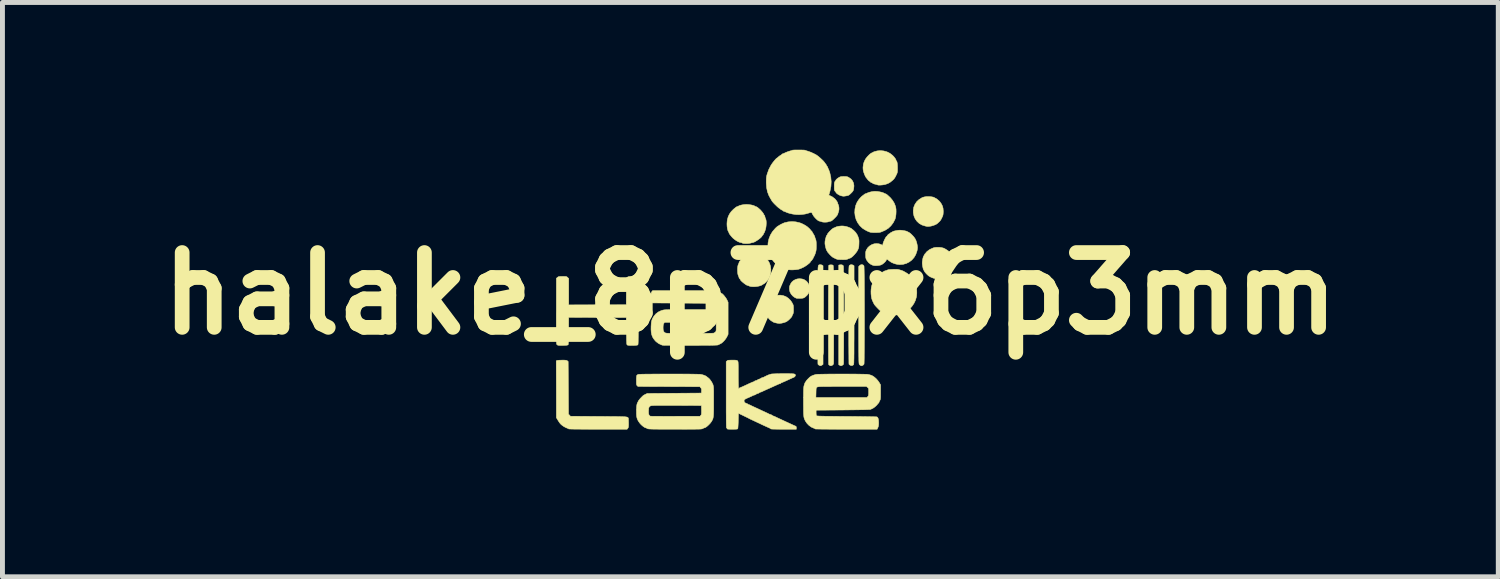
<source format=kicad_pcb>
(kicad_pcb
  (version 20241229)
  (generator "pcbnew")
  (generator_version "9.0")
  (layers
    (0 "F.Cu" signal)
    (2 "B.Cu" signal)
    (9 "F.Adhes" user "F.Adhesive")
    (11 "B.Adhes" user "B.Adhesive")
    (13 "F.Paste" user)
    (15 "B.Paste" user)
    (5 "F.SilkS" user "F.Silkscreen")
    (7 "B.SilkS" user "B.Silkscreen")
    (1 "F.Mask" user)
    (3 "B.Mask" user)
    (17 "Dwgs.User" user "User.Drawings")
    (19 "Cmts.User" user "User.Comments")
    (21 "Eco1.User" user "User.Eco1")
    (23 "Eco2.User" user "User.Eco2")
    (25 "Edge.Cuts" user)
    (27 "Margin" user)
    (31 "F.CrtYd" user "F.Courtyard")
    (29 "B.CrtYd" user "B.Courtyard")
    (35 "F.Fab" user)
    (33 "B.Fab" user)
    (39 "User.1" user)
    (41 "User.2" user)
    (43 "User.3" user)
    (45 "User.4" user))
  (footprint "halake_8p7px6p3mm"
    (layer "F.Cu")
    (at 12.236 2.929)
    (property "Reference" "halake_8p7px6p3mm" (at 0 0 0) (layer "F.SilkS") (effects (font (size 1.524 1.524) (thickness 0.3))))
    (attr through_hole)
    (fp_poly (pts (xy 1.876 -0.58) (xy 1.892 -0.566) (xy 1.895 -0.561) (xy 1.895 -0.552) (xy 1.896 -0.529) (xy 1.897 -0.494) (xy 1.897 -0.448) (xy 1.898 -0.391) (xy 1.899 -0.324) (xy 1.899 -0.25) (xy 1.9 -0.167) (xy 1.9 -0.079) (xy 1.9 0.015) (xy 1.901 0.113) (xy 1.901 0.214) (xy 1.901 0.317) (xy 1.901 0.422) (xy 1.901 0.527) (xy 1.901 0.631) (xy 1.901 0.733) (xy 1.901 0.832) (xy 1.901 0.927) (xy 1.901 1.017) (xy 1.901 1.102) (xy 1.9 1.179) (xy 1.9 1.248) (xy 1.9 1.309) (xy 1.899 1.359) (xy 1.899 1.398) (xy 1.898 1.425) (xy 1.897 1.439) (xy 1.897 1.44) (xy 1.888 1.451) (xy 1.871 1.463) (xy 1.854 1.471) (xy 1.845 1.473) (xy 1.836 1.47) (xy 1.82 1.462) (xy 1.82 1.462) (xy 1.8 1.451) (xy 1.8 -0.579) (xy 1.822 -0.584) (xy 1.851 -0.586) (xy 1.876 -0.58)) (stroke (width 0.01) (type solid)) (fill yes) (layer "F.SilkS"))
    (fp_poly (pts (xy 1.033 -0.299) (xy 1.068 -0.293) (xy 1.096 -0.282) (xy 1.107 -0.275) (xy 1.12 -0.265) (xy 1.127 -0.261) (xy 1.137 -0.256) (xy 1.152 -0.241) (xy 1.168 -0.22) (xy 1.183 -0.197) (xy 1.191 -0.181) (xy 1.198 -0.158) (xy 1.202 -0.126) (xy 1.203 -0.091) (xy 1.202 -0.058) (xy 1.198 -0.039) (xy 1.181 0.001) (xy 1.152 0.039) (xy 1.115 0.072) (xy 1.113 0.073) (xy 1.095 0.085) (xy 1.079 0.092) (xy 1.06 0.096) (xy 1.033 0.098) (xy 1.017 0.099) (xy 0.986 0.099) (xy 0.959 0.098) (xy 0.94 0.096) (xy 0.936 0.096) (xy 0.899 0.078) (xy 0.863 0.05) (xy 0.832 0.015) (xy 0.81 -0.024) (xy 0.805 -0.036) (xy 0.798 -0.069) (xy 0.795 -0.105) (xy 0.797 -0.138) (xy 0.804 -0.163) (xy 0.814 -0.183) (xy 0.82 -0.198) (xy 0.845 -0.234) (xy 0.88 -0.265) (xy 0.923 -0.287) (xy 0.956 -0.297) (xy 0.994 -0.301) (xy 1.033 -0.299)) (stroke (width 0.01) (type solid)) (fill yes) (layer "F.SilkS"))
    (fp_poly (pts (xy 3.683 -1.971) (xy 3.724 -1.964) (xy 3.741 -1.957) (xy 3.799 -1.925) (xy 3.848 -1.883) (xy 3.863 -1.865) (xy 3.893 -1.822) (xy 3.913 -1.78) (xy 3.925 -1.735) (xy 3.929 -1.681) (xy 3.929 -1.661) (xy 3.927 -1.627) (xy 3.924 -1.601) (xy 3.917 -1.578) (xy 3.905 -1.552) (xy 3.89 -1.521) (xy 3.877 -1.498) (xy 3.864 -1.48) (xy 3.847 -1.462) (xy 3.823 -1.44) (xy 3.81 -1.428) (xy 3.789 -1.413) (xy 3.758 -1.398) (xy 3.722 -1.385) (xy 3.687 -1.375) (xy 3.672 -1.372) (xy 3.643 -1.368) (xy 3.623 -1.366) (xy 3.605 -1.366) (xy 3.584 -1.37) (xy 3.56 -1.375) (xy 3.495 -1.396) (xy 3.439 -1.428) (xy 3.393 -1.471) (xy 3.357 -1.521) (xy 3.332 -1.579) (xy 3.319 -1.644) (xy 3.318 -1.694) (xy 3.328 -1.758) (xy 3.352 -1.816) (xy 3.387 -1.869) (xy 3.434 -1.913) (xy 3.491 -1.949) (xy 3.51 -1.958) (xy 3.545 -1.968) (xy 3.589 -1.974) (xy 3.637 -1.975) (xy 3.683 -1.971)) (stroke (width 0.01) (type solid)) (fill yes) (layer "F.SilkS"))
    (fp_poly (pts (xy 1.437 -0.586) (xy 1.459 -0.58) (xy 1.464 -0.577) (xy 1.48 -0.565) (xy 1.48 1.444) (xy 1.457 1.459) (xy 1.44 1.469) (xy 1.43 1.472) (xy 1.418 1.469) (xy 1.404 1.463) (xy 1.387 1.453) (xy 1.377 1.441) (xy 1.376 1.441) (xy 1.376 1.432) (xy 1.375 1.41) (xy 1.375 1.375) (xy 1.374 1.328) (xy 1.374 1.269) (xy 1.373 1.201) (xy 1.373 1.123) (xy 1.373 1.037) (xy 1.372 0.942) (xy 1.372 0.841) (xy 1.372 0.734) (xy 1.372 0.622) (xy 1.372 0.505) (xy 1.372 0.442) (xy 1.372 0.301) (xy 1.372 0.173) (xy 1.372 0.059) (xy 1.372 -0.042) (xy 1.372 -0.133) (xy 1.372 -0.212) (xy 1.373 -0.281) (xy 1.373 -0.341) (xy 1.374 -0.391) (xy 1.375 -0.434) (xy 1.376 -0.47) (xy 1.377 -0.499) (xy 1.378 -0.522) (xy 1.38 -0.54) (xy 1.382 -0.554) (xy 1.384 -0.564) (xy 1.386 -0.571) (xy 1.389 -0.576) (xy 1.392 -0.579) (xy 1.396 -0.582) (xy 1.396 -0.582) (xy 1.414 -0.587) (xy 1.437 -0.586)) (stroke (width 0.01) (type solid)) (fill yes) (layer "F.SilkS"))
    (fp_poly (pts (xy 1.939 -2.383) (xy 1.962 -2.381) (xy 1.981 -2.376) (xy 1.998 -2.368) (xy 2.002 -2.366) (xy 2.049 -2.333) (xy 2.082 -2.293) (xy 2.102 -2.247) (xy 2.11 -2.194) (xy 2.105 -2.14) (xy 2.1 -2.114) (xy 2.094 -2.096) (xy 2.084 -2.08) (xy 2.069 -2.062) (xy 2.05 -2.043) (xy 2.027 -2.021) (xy 2.009 -2.007) (xy 1.993 -1.998) (xy 1.973 -1.993) (xy 1.958 -1.99) (xy 1.927 -1.985) (xy 1.904 -1.982) (xy 1.885 -1.983) (xy 1.861 -1.988) (xy 1.845 -1.992) (xy 1.823 -2) (xy 1.799 -2.012) (xy 1.775 -2.027) (xy 1.755 -2.043) (xy 1.744 -2.056) (xy 1.742 -2.061) (xy 1.737 -2.07) (xy 1.725 -2.083) (xy 1.718 -2.091) (xy 1.714 -2.1) (xy 1.711 -2.114) (xy 1.709 -2.135) (xy 1.709 -2.167) (xy 1.709 -2.181) (xy 1.709 -2.217) (xy 1.71 -2.243) (xy 1.713 -2.26) (xy 1.717 -2.273) (xy 1.724 -2.284) (xy 1.725 -2.285) (xy 1.736 -2.3) (xy 1.741 -2.31) (xy 1.742 -2.311) (xy 1.747 -2.32) (xy 1.762 -2.334) (xy 1.782 -2.349) (xy 1.804 -2.364) (xy 1.808 -2.366) (xy 1.826 -2.375) (xy 1.844 -2.38) (xy 1.866 -2.383) (xy 1.897 -2.384) (xy 1.905 -2.384) (xy 1.939 -2.383)) (stroke (width 0.01) (type solid)) (fill yes) (layer "F.SilkS"))
    (fp_poly (pts (xy 2.289 -0.585) (xy 2.304 -0.576) (xy 2.314 -0.561) (xy 2.315 -0.552) (xy 2.316 -0.529) (xy 2.317 -0.493) (xy 2.318 -0.446) (xy 2.319 -0.389) (xy 2.32 -0.322) (xy 2.321 -0.247) (xy 2.321 -0.165) (xy 2.322 -0.076) (xy 2.322 0.017) (xy 2.322 0.116) (xy 2.323 0.217) (xy 2.323 0.321) (xy 2.323 0.425) (xy 2.323 0.53) (xy 2.323 0.634) (xy 2.323 0.736) (xy 2.322 0.835) (xy 2.322 0.93) (xy 2.321 1.021) (xy 2.321 1.105) (xy 2.32 1.182) (xy 2.319 1.251) (xy 2.319 1.311) (xy 2.318 1.36) (xy 2.317 1.399) (xy 2.316 1.426) (xy 2.314 1.439) (xy 2.314 1.44) (xy 2.301 1.455) (xy 2.284 1.466) (xy 2.269 1.471) (xy 2.261 1.473) (xy 2.261 1.473) (xy 2.255 1.47) (xy 2.245 1.466) (xy 2.229 1.455) (xy 2.218 1.443) (xy 2.216 1.44) (xy 2.215 1.434) (xy 2.213 1.426) (xy 2.212 1.414) (xy 2.211 1.398) (xy 2.21 1.377) (xy 2.209 1.35) (xy 2.209 1.316) (xy 2.208 1.276) (xy 2.208 1.227) (xy 2.207 1.17) (xy 2.207 1.104) (xy 2.207 1.027) (xy 2.206 0.94) (xy 2.206 0.841) (xy 2.206 0.73) (xy 2.206 0.606) (xy 2.206 0.469) (xy 2.206 -0.549) (xy 2.224 -0.569) (xy 2.246 -0.584) (xy 2.266 -0.588) (xy 2.289 -0.585)) (stroke (width 0.01) (type solid)) (fill yes) (layer "F.SilkS"))
    (fp_poly (pts (xy 2.593 -2.078) (xy 2.634 -2.071) (xy 2.673 -2.063) (xy 2.704 -2.053) (xy 2.719 -2.046) (xy 2.736 -2.037) (xy 2.749 -2.032) (xy 2.75 -2.032) (xy 2.765 -2.026) (xy 2.789 -2.009) (xy 2.821 -1.98) (xy 2.851 -1.952) (xy 2.895 -1.899) (xy 2.931 -1.84) (xy 2.955 -1.778) (xy 2.961 -1.756) (xy 2.967 -1.715) (xy 2.968 -1.667) (xy 2.966 -1.617) (xy 2.96 -1.569) (xy 2.951 -1.529) (xy 2.946 -1.513) (xy 2.909 -1.441) (xy 2.863 -1.38) (xy 2.808 -1.328) (xy 2.742 -1.287) (xy 2.664 -1.254) (xy 2.645 -1.248) (xy 2.63 -1.245) (xy 2.603 -1.243) (xy 2.57 -1.242) (xy 2.535 -1.242) (xy 2.501 -1.242) (xy 2.472 -1.244) (xy 2.452 -1.246) (xy 2.449 -1.246) (xy 2.413 -1.258) (xy 2.371 -1.277) (xy 2.328 -1.301) (xy 2.289 -1.326) (xy 2.28 -1.333) (xy 2.228 -1.383) (xy 2.186 -1.441) (xy 2.154 -1.506) (xy 2.134 -1.576) (xy 2.126 -1.648) (xy 2.13 -1.721) (xy 2.146 -1.794) (xy 2.165 -1.842) (xy 2.186 -1.88) (xy 2.214 -1.92) (xy 2.244 -1.955) (xy 2.273 -1.983) (xy 2.28 -1.988) (xy 2.301 -2.003) (xy 2.317 -2.016) (xy 2.323 -2.021) (xy 2.336 -2.03) (xy 2.343 -2.032) (xy 2.355 -2.035) (xy 2.373 -2.043) (xy 2.379 -2.046) (xy 2.42 -2.062) (xy 2.471 -2.074) (xy 2.522 -2.081) (xy 2.554 -2.081) (xy 2.593 -2.078)) (stroke (width 0.01) (type solid)) (fill yes) (layer "F.SilkS"))
    (fp_poly (pts (xy 2.09 -0.58) (xy 2.096 -0.577) (xy 2.112 -0.565) (xy 2.112 0.438) (xy 2.112 0.579) (xy 2.112 0.707) (xy 2.112 0.821) (xy 2.112 0.922) (xy 2.111 1.013) (xy 2.111 1.092) (xy 2.111 1.161) (xy 2.111 1.22) (xy 2.11 1.271) (xy 2.11 1.313) (xy 2.109 1.349) (xy 2.108 1.377) (xy 2.108 1.4) (xy 2.107 1.418) (xy 2.105 1.431) (xy 2.104 1.44) (xy 2.103 1.446) (xy 2.101 1.45) (xy 2.099 1.453) (xy 2.099 1.453) (xy 2.075 1.467) (xy 2.05 1.467) (xy 2.036 1.462) (xy 2.019 1.452) (xy 2.009 1.442) (xy 2.009 1.442) (xy 2.008 1.434) (xy 2.007 1.412) (xy 2.007 1.377) (xy 2.006 1.331) (xy 2.006 1.273) (xy 2.005 1.205) (xy 2.005 1.127) (xy 2.004 1.041) (xy 2.004 0.947) (xy 2.004 0.846) (xy 2.003 0.738) (xy 2.003 0.626) (xy 2.003 0.509) (xy 2.003 0.437) (xy 2.003 0.297) (xy 2.003 0.171) (xy 2.003 0.057) (xy 2.003 -0.043) (xy 2.003 -0.133) (xy 2.003 -0.211) (xy 2.004 -0.28) (xy 2.004 -0.338) (xy 2.004 -0.389) (xy 2.005 -0.431) (xy 2.005 -0.466) (xy 2.006 -0.494) (xy 2.007 -0.517) (xy 2.008 -0.534) (xy 2.009 -0.547) (xy 2.01 -0.557) (xy 2.012 -0.563) (xy 2.013 -0.568) (xy 2.015 -0.571) (xy 2.017 -0.573) (xy 2.017 -0.573) (xy 2.038 -0.585) (xy 2.064 -0.587) (xy 2.09 -0.58)) (stroke (width 0.01) (type solid)) (fill yes) (layer "F.SilkS"))
    (fp_poly (pts (xy -3.794 1.357) (xy -3.768 1.359) (xy -3.75 1.361) (xy -3.738 1.365) (xy -3.729 1.371) (xy -3.712 1.385) (xy -3.708 1.921) (xy -3.705 2.457) (xy -3.685 2.478) (xy -3.665 2.5) (xy -3.093 2.504) (xy -2.987 2.504) (xy -2.895 2.505) (xy -2.815 2.506) (xy -2.747 2.506) (xy -2.69 2.507) (xy -2.643 2.508) (xy -2.604 2.509) (xy -2.573 2.51) (xy -2.548 2.512) (xy -2.53 2.514) (xy -2.516 2.517) (xy -2.507 2.519) (xy -2.5 2.523) (xy -2.495 2.527) (xy -2.491 2.531) (xy -2.487 2.536) (xy -2.485 2.546) (xy -2.484 2.567) (xy -2.483 2.597) (xy -2.482 2.632) (xy -2.482 2.635) (xy -2.482 2.674) (xy -2.483 2.701) (xy -2.485 2.72) (xy -2.489 2.733) (xy -2.494 2.742) (xy -2.497 2.746) (xy -2.512 2.765) (xy -3.107 2.765) (xy -3.198 2.765) (xy -3.285 2.765) (xy -3.367 2.764) (xy -3.442 2.764) (xy -3.51 2.763) (xy -3.57 2.763) (xy -3.619 2.762) (xy -3.658 2.761) (xy -3.685 2.76) (xy -3.699 2.759) (xy -3.701 2.759) (xy -3.707 2.753) (xy -3.723 2.746) (xy -3.732 2.743) (xy -3.765 2.729) (xy -3.803 2.708) (xy -3.837 2.684) (xy -3.858 2.666) (xy -3.876 2.647) (xy -3.893 2.624) (xy -3.912 2.595) (xy -3.93 2.566) (xy -3.952 2.529) (xy -3.953 1.95) (xy -3.955 1.371) (xy -3.937 1.364) (xy -3.922 1.361) (xy -3.897 1.359) (xy -3.864 1.358) (xy -3.832 1.357) (xy -3.794 1.357)) (stroke (width 0.01) (type solid)) (fill yes) (layer "F.SilkS"))
    (fp_poly (pts (xy 1.672 -0.581) (xy 1.685 -0.575) (xy 1.686 -0.571) (xy 1.688 -0.562) (xy 1.689 -0.548) (xy 1.69 -0.527) (xy 1.691 -0.499) (xy 1.692 -0.464) (xy 1.692 -0.421) (xy 1.693 -0.368) (xy 1.694 -0.307) (xy 1.694 -0.235) (xy 1.695 -0.152) (xy 1.695 -0.058) (xy 1.696 0.049) (xy 1.696 0.168) (xy 1.696 0.3) (xy 1.697 0.419) (xy 1.697 0.538) (xy 1.697 0.653) (xy 1.697 0.764) (xy 1.697 0.869) (xy 1.697 0.967) (xy 1.697 1.059) (xy 1.697 1.142) (xy 1.697 1.216) (xy 1.696 1.281) (xy 1.696 1.335) (xy 1.696 1.377) (xy 1.695 1.407) (xy 1.695 1.424) (xy 1.695 1.427) (xy 1.685 1.449) (xy 1.668 1.462) (xy 1.647 1.471) (xy 1.632 1.472) (xy 1.617 1.465) (xy 1.615 1.464) (xy 1.601 1.454) (xy 1.595 1.448) (xy 1.594 1.44) (xy 1.593 1.418) (xy 1.593 1.384) (xy 1.592 1.338) (xy 1.591 1.282) (xy 1.591 1.216) (xy 1.591 1.142) (xy 1.59 1.06) (xy 1.59 0.973) (xy 1.59 0.879) (xy 1.59 0.782) (xy 1.59 0.68) (xy 1.589 0.577) (xy 1.59 0.472) (xy 1.59 0.367) (xy 1.59 0.263) (xy 1.59 0.16) (xy 1.59 0.06) (xy 1.591 -0.036) (xy 1.591 -0.128) (xy 1.591 -0.214) (xy 1.592 -0.293) (xy 1.592 -0.364) (xy 1.593 -0.427) (xy 1.594 -0.48) (xy 1.594 -0.522) (xy 1.595 -0.552) (xy 1.596 -0.569) (xy 1.596 -0.573) (xy 1.608 -0.58) (xy 1.628 -0.584) (xy 1.651 -0.584) (xy 1.672 -0.581)) (stroke (width 0.01) (type solid)) (fill yes) (layer "F.SilkS"))
    (fp_poly (pts (xy 0.666 0.042) (xy 0.723 0.063) (xy 0.774 0.097) (xy 0.817 0.14) (xy 0.834 0.164) (xy 0.848 0.186) (xy 0.856 0.2) (xy 0.865 0.219) (xy 0.872 0.234) (xy 0.874 0.246) (xy 0.877 0.269) (xy 0.878 0.299) (xy 0.878 0.323) (xy 0.878 0.36) (xy 0.876 0.386) (xy 0.872 0.405) (xy 0.866 0.42) (xy 0.864 0.425) (xy 0.854 0.442) (xy 0.849 0.455) (xy 0.849 0.457) (xy 0.844 0.47) (xy 0.83 0.488) (xy 0.81 0.51) (xy 0.787 0.533) (xy 0.763 0.553) (xy 0.741 0.569) (xy 0.738 0.571) (xy 0.709 0.584) (xy 0.671 0.596) (xy 0.631 0.605) (xy 0.595 0.609) (xy 0.587 0.609) (xy 0.562 0.607) (xy 0.531 0.601) (xy 0.512 0.597) (xy 0.488 0.59) (xy 0.471 0.584) (xy 0.464 0.58) (xy 0.456 0.574) (xy 0.44 0.565) (xy 0.436 0.563) (xy 0.409 0.544) (xy 0.382 0.518) (xy 0.357 0.487) (xy 0.337 0.454) (xy 0.323 0.424) (xy 0.319 0.403) (xy 0.317 0.388) (xy 0.312 0.381) (xy 0.309 0.372) (xy 0.306 0.353) (xy 0.305 0.326) (xy 0.305 0.319) (xy 0.306 0.292) (xy 0.308 0.27) (xy 0.311 0.259) (xy 0.312 0.258) (xy 0.318 0.248) (xy 0.319 0.234) (xy 0.323 0.217) (xy 0.332 0.194) (xy 0.338 0.183) (xy 0.353 0.161) (xy 0.371 0.138) (xy 0.391 0.116) (xy 0.409 0.099) (xy 0.423 0.088) (xy 0.427 0.087) (xy 0.435 0.083) (xy 0.435 0.081) (xy 0.442 0.075) (xy 0.458 0.066) (xy 0.481 0.055) (xy 0.484 0.054) (xy 0.545 0.036) (xy 0.606 0.033) (xy 0.666 0.042)) (stroke (width 0.01) (type solid)) (fill yes) (layer "F.SilkS"))
    (fp_poly (pts (xy 3.84 -0.941) (xy 3.889 -0.936) (xy 3.931 -0.926) (xy 3.952 -0.917) (xy 3.977 -0.903) (xy 4.004 -0.886) (xy 4.03 -0.868) (xy 4.052 -0.851) (xy 4.067 -0.837) (xy 4.071 -0.829) (xy 4.077 -0.819) (xy 4.081 -0.815) (xy 4.089 -0.806) (xy 4.101 -0.787) (xy 4.114 -0.763) (xy 4.118 -0.755) (xy 4.129 -0.731) (xy 4.137 -0.712) (xy 4.141 -0.693) (xy 4.143 -0.671) (xy 4.144 -0.641) (xy 4.144 -0.62) (xy 4.144 -0.584) (xy 4.142 -0.558) (xy 4.139 -0.538) (xy 4.134 -0.52) (xy 4.124 -0.5) (xy 4.119 -0.489) (xy 4.09 -0.44) (xy 4.052 -0.395) (xy 4.008 -0.357) (xy 3.98 -0.339) (xy 3.926 -0.315) (xy 3.865 -0.302) (xy 3.803 -0.299) (xy 3.745 -0.308) (xy 3.743 -0.308) (xy 3.703 -0.322) (xy 3.665 -0.339) (xy 3.635 -0.357) (xy 3.63 -0.36) (xy 3.61 -0.378) (xy 3.588 -0.399) (xy 3.568 -0.421) (xy 3.552 -0.441) (xy 3.543 -0.456) (xy 3.541 -0.46) (xy 3.537 -0.47) (xy 3.53 -0.479) (xy 3.524 -0.492) (xy 3.517 -0.515) (xy 3.511 -0.544) (xy 3.508 -0.558) (xy 3.503 -0.593) (xy 3.501 -0.62) (xy 3.502 -0.646) (xy 3.507 -0.676) (xy 3.508 -0.687) (xy 3.514 -0.717) (xy 3.521 -0.742) (xy 3.527 -0.758) (xy 3.529 -0.761) (xy 3.539 -0.777) (xy 3.547 -0.793) (xy 3.555 -0.807) (xy 3.563 -0.813) (xy 3.57 -0.818) (xy 3.571 -0.821) (xy 3.576 -0.831) (xy 3.588 -0.845) (xy 3.603 -0.86) (xy 3.616 -0.869) (xy 3.621 -0.871) (xy 3.628 -0.875) (xy 3.629 -0.877) (xy 3.635 -0.884) (xy 3.651 -0.895) (xy 3.675 -0.907) (xy 3.702 -0.919) (xy 3.728 -0.93) (xy 3.751 -0.936) (xy 3.792 -0.941) (xy 3.84 -0.941)) (stroke (width 0.01) (type solid)) (fill yes) (layer "F.SilkS"))
    (fp_poly (pts (xy 2.717 -2.904) (xy 2.782 -2.886) (xy 2.842 -2.856) (xy 2.896 -2.814) (xy 2.898 -2.812) (xy 2.923 -2.786) (xy 2.944 -2.759) (xy 2.96 -2.735) (xy 2.968 -2.716) (xy 2.968 -2.712) (xy 2.971 -2.701) (xy 2.974 -2.7) (xy 2.982 -2.693) (xy 2.988 -2.673) (xy 2.993 -2.643) (xy 2.996 -2.603) (xy 2.997 -2.556) (xy 2.997 -2.556) (xy 2.997 -2.518) (xy 2.996 -2.491) (xy 2.993 -2.47) (xy 2.989 -2.453) (xy 2.981 -2.435) (xy 2.975 -2.422) (xy 2.958 -2.387) (xy 2.944 -2.362) (xy 2.932 -2.344) (xy 2.919 -2.328) (xy 2.903 -2.312) (xy 2.89 -2.301) (xy 2.848 -2.267) (xy 2.808 -2.244) (xy 2.763 -2.227) (xy 2.75 -2.223) (xy 2.723 -2.217) (xy 2.69 -2.212) (xy 2.656 -2.209) (xy 2.626 -2.208) (xy 2.602 -2.209) (xy 2.591 -2.213) (xy 2.578 -2.218) (xy 2.556 -2.224) (xy 2.538 -2.228) (xy 2.516 -2.233) (xy 2.501 -2.239) (xy 2.496 -2.242) (xy 2.49 -2.248) (xy 2.475 -2.256) (xy 2.471 -2.257) (xy 2.453 -2.265) (xy 2.442 -2.274) (xy 2.441 -2.276) (xy 2.433 -2.285) (xy 2.43 -2.286) (xy 2.42 -2.291) (xy 2.406 -2.303) (xy 2.392 -2.318) (xy 2.382 -2.331) (xy 2.38 -2.335) (xy 2.375 -2.344) (xy 2.37 -2.346) (xy 2.361 -2.356) (xy 2.349 -2.375) (xy 2.335 -2.402) (xy 2.322 -2.433) (xy 2.311 -2.464) (xy 2.304 -2.485) (xy 2.296 -2.528) (xy 2.294 -2.567) (xy 2.299 -2.609) (xy 2.3 -2.621) (xy 2.305 -2.643) (xy 2.31 -2.661) (xy 2.317 -2.681) (xy 2.328 -2.705) (xy 2.339 -2.728) (xy 2.355 -2.753) (xy 2.378 -2.782) (xy 2.405 -2.811) (xy 2.433 -2.838) (xy 2.457 -2.856) (xy 2.517 -2.887) (xy 2.583 -2.905) (xy 2.65 -2.911) (xy 2.717 -2.904)) (stroke (width 0.01) (type solid)) (fill yes) (layer "F.SilkS"))
    (fp_poly (pts (xy 0.116 -0.812) (xy 0.146 -0.811) (xy 0.167 -0.808) (xy 0.184 -0.804) (xy 0.195 -0.799) (xy 0.217 -0.788) (xy 0.237 -0.778) (xy 0.239 -0.777) (xy 0.285 -0.749) (xy 0.328 -0.71) (xy 0.36 -0.671) (xy 0.39 -0.617) (xy 0.409 -0.556) (xy 0.417 -0.492) (xy 0.414 -0.426) (xy 0.4 -0.363) (xy 0.397 -0.356) (xy 0.386 -0.329) (xy 0.372 -0.303) (xy 0.357 -0.279) (xy 0.344 -0.262) (xy 0.334 -0.254) (xy 0.333 -0.254) (xy 0.327 -0.248) (xy 0.327 -0.243) (xy 0.323 -0.233) (xy 0.319 -0.232) (xy 0.31 -0.227) (xy 0.297 -0.215) (xy 0.296 -0.214) (xy 0.283 -0.202) (xy 0.273 -0.196) (xy 0.272 -0.196) (xy 0.261 -0.191) (xy 0.25 -0.183) (xy 0.224 -0.167) (xy 0.188 -0.155) (xy 0.145 -0.145) (xy 0.099 -0.14) (xy 0.053 -0.139) (xy 0.012 -0.142) (xy -0.021 -0.151) (xy -0.025 -0.153) (xy -0.045 -0.161) (xy -0.06 -0.166) (xy -0.063 -0.167) (xy -0.076 -0.171) (xy -0.097 -0.184) (xy -0.121 -0.201) (xy -0.146 -0.221) (xy -0.17 -0.241) (xy -0.189 -0.26) (xy -0.201 -0.274) (xy -0.203 -0.28) (xy -0.208 -0.29) (xy -0.218 -0.301) (xy -0.229 -0.315) (xy -0.232 -0.326) (xy -0.236 -0.339) (xy -0.243 -0.359) (xy -0.247 -0.366) (xy -0.255 -0.392) (xy -0.26 -0.427) (xy -0.262 -0.468) (xy -0.262 -0.509) (xy -0.258 -0.547) (xy -0.252 -0.577) (xy -0.247 -0.59) (xy -0.238 -0.609) (xy -0.233 -0.623) (xy -0.232 -0.626) (xy -0.227 -0.642) (xy -0.212 -0.664) (xy -0.191 -0.69) (xy -0.166 -0.717) (xy -0.139 -0.743) (xy -0.113 -0.764) (xy -0.09 -0.778) (xy -0.074 -0.784) (xy -0.063 -0.787) (xy -0.046 -0.796) (xy -0.042 -0.798) (xy -0.03 -0.804) (xy -0.016 -0.809) (xy 0.003 -0.811) (xy 0.03 -0.812) (xy 0.068 -0.813) (xy 0.075 -0.813) (xy 0.116 -0.812)) (stroke (width 0.01) (type solid)) (fill yes) (layer "F.SilkS"))
    (fp_poly (pts (xy 1.92 -1.371) (xy 1.948 -1.366) (xy 1.979 -1.357) (xy 2.01 -1.346) (xy 2.037 -1.334) (xy 2.057 -1.324) (xy 2.068 -1.315) (xy 2.068 -1.313) (xy 2.074 -1.307) (xy 2.076 -1.306) (xy 2.085 -1.301) (xy 2.1 -1.289) (xy 2.118 -1.272) (xy 2.135 -1.254) (xy 2.149 -1.239) (xy 2.155 -1.229) (xy 2.155 -1.228) (xy 2.16 -1.218) (xy 2.166 -1.212) (xy 2.173 -1.202) (xy 2.183 -1.181) (xy 2.194 -1.155) (xy 2.195 -1.15) (xy 2.204 -1.125) (xy 2.21 -1.104) (xy 2.212 -1.083) (xy 2.213 -1.057) (xy 2.212 -1.021) (xy 2.212 -1.015) (xy 2.21 -0.977) (xy 2.208 -0.95) (xy 2.203 -0.929) (xy 2.197 -0.909) (xy 2.186 -0.886) (xy 2.185 -0.883) (xy 2.169 -0.855) (xy 2.146 -0.825) (xy 2.12 -0.794) (xy 2.093 -0.766) (xy 2.067 -0.743) (xy 2.043 -0.726) (xy 2.026 -0.719) (xy 2.023 -0.718) (xy 2.011 -0.715) (xy 1.993 -0.707) (xy 1.987 -0.704) (xy 1.973 -0.698) (xy 1.958 -0.694) (xy 1.938 -0.691) (xy 1.91 -0.69) (xy 1.871 -0.69) (xy 1.867 -0.69) (xy 1.828 -0.691) (xy 1.8 -0.692) (xy 1.779 -0.694) (xy 1.762 -0.699) (xy 1.745 -0.705) (xy 1.731 -0.712) (xy 1.7 -0.727) (xy 1.678 -0.739) (xy 1.66 -0.753) (xy 1.641 -0.77) (xy 1.618 -0.793) (xy 1.576 -0.841) (xy 1.549 -0.888) (xy 1.538 -0.922) (xy 1.532 -0.945) (xy 1.526 -0.973) (xy 1.524 -0.98) (xy 1.519 -1.016) (xy 1.52 -1.059) (xy 1.527 -1.101) (xy 1.53 -1.112) (xy 1.537 -1.135) (xy 1.542 -1.155) (xy 1.549 -1.174) (xy 1.557 -1.186) (xy 1.566 -1.198) (xy 1.568 -1.204) (xy 1.573 -1.216) (xy 1.587 -1.234) (xy 1.606 -1.257) (xy 1.629 -1.28) (xy 1.653 -1.303) (xy 1.675 -1.321) (xy 1.692 -1.333) (xy 1.7 -1.335) (xy 1.712 -1.339) (xy 1.729 -1.348) (xy 1.731 -1.349) (xy 1.76 -1.361) (xy 1.8 -1.37) (xy 1.844 -1.375) (xy 1.89 -1.375) (xy 1.92 -1.371)) (stroke (width 0.01) (type solid)) (fill yes) (layer "F.SilkS"))
    (fp_poly (pts (xy 2.977 -0.493) (xy 3.002 -0.491) (xy 3.025 -0.486) (xy 3.05 -0.479) (xy 3.05 -0.479) (xy 3.077 -0.471) (xy 3.101 -0.462) (xy 3.115 -0.456) (xy 3.116 -0.456) (xy 3.175 -0.422) (xy 3.222 -0.39) (xy 3.259 -0.357) (xy 3.29 -0.321) (xy 3.306 -0.298) (xy 3.32 -0.277) (xy 3.332 -0.261) (xy 3.336 -0.255) (xy 3.344 -0.243) (xy 3.346 -0.237) (xy 3.349 -0.225) (xy 3.356 -0.208) (xy 3.357 -0.207) (xy 3.372 -0.168) (xy 3.383 -0.119) (xy 3.389 -0.064) (xy 3.39 -0.007) (xy 3.385 0.049) (xy 3.381 0.073) (xy 3.362 0.139) (xy 3.331 0.203) (xy 3.29 0.263) (xy 3.243 0.315) (xy 3.22 0.334) (xy 3.199 0.35) (xy 3.182 0.363) (xy 3.174 0.37) (xy 3.158 0.379) (xy 3.134 0.391) (xy 3.104 0.404) (xy 3.072 0.416) (xy 3.048 0.424) (xy 3.022 0.43) (xy 2.987 0.435) (xy 2.948 0.438) (xy 2.911 0.44) (xy 2.879 0.44) (xy 2.859 0.438) (xy 2.808 0.425) (xy 2.754 0.406) (xy 2.702 0.384) (xy 2.66 0.361) (xy 2.645 0.35) (xy 2.624 0.331) (xy 2.6 0.307) (xy 2.575 0.281) (xy 2.552 0.256) (xy 2.534 0.235) (xy 2.523 0.221) (xy 2.523 0.22) (xy 2.512 0.199) (xy 2.503 0.181) (xy 2.495 0.163) (xy 2.484 0.14) (xy 2.482 0.134) (xy 2.471 0.101) (xy 2.463 0.057) (xy 2.458 0.008) (xy 2.457 -0.044) (xy 2.46 -0.094) (xy 2.461 -0.096) (xy 2.465 -0.13) (xy 2.472 -0.159) (xy 2.481 -0.188) (xy 2.495 -0.22) (xy 2.514 -0.259) (xy 2.523 -0.275) (xy 2.538 -0.298) (xy 2.561 -0.326) (xy 2.588 -0.355) (xy 2.616 -0.382) (xy 2.637 -0.398) (xy 2.665 -0.418) (xy 2.695 -0.437) (xy 2.721 -0.452) (xy 2.742 -0.462) (xy 2.753 -0.464) (xy 2.766 -0.468) (xy 2.784 -0.475) (xy 2.787 -0.477) (xy 2.804 -0.483) (xy 2.828 -0.487) (xy 2.862 -0.49) (xy 2.905 -0.492) (xy 2.946 -0.493) (xy 2.977 -0.493)) (stroke (width 0.01) (type solid)) (fill yes) (layer "F.SilkS"))
    (fp_poly (pts (xy -0.044 -1.813) (xy -0.007 -1.808) (xy 0.029 -1.802) (xy 0.059 -1.794) (xy 0.081 -1.786) (xy 0.086 -1.782) (xy 0.101 -1.773) (xy 0.111 -1.771) (xy 0.127 -1.765) (xy 0.149 -1.751) (xy 0.175 -1.729) (xy 0.203 -1.704) (xy 0.228 -1.676) (xy 0.25 -1.65) (xy 0.266 -1.626) (xy 0.27 -1.617) (xy 0.277 -1.602) (xy 0.283 -1.597) (xy 0.289 -1.59) (xy 0.294 -1.574) (xy 0.295 -1.569) (xy 0.301 -1.544) (xy 0.311 -1.521) (xy 0.311 -1.52) (xy 0.319 -1.496) (xy 0.323 -1.461) (xy 0.323 -1.419) (xy 0.32 -1.376) (xy 0.314 -1.333) (xy 0.305 -1.299) (xy 0.296 -1.273) (xy 0.289 -1.253) (xy 0.283 -1.242) (xy 0.283 -1.241) (xy 0.277 -1.232) (xy 0.269 -1.216) (xy 0.266 -1.21) (xy 0.257 -1.193) (xy 0.249 -1.184) (xy 0.247 -1.183) (xy 0.24 -1.177) (xy 0.239 -1.175) (xy 0.234 -1.162) (xy 0.217 -1.144) (xy 0.194 -1.123) (xy 0.165 -1.101) (xy 0.134 -1.08) (xy 0.103 -1.061) (xy 0.076 -1.047) (xy 0.053 -1.039) (xy 0.046 -1.038) (xy 0.031 -1.035) (xy 0.01 -1.029) (xy 0.004 -1.027) (xy -0.02 -1.022) (xy -0.053 -1.018) (xy -0.089 -1.017) (xy -0.124 -1.019) (xy -0.145 -1.021) (xy -0.162 -1.026) (xy -0.17 -1.031) (xy -0.182 -1.036) (xy -0.194 -1.038) (xy -0.219 -1.043) (xy -0.25 -1.056) (xy -0.286 -1.076) (xy -0.321 -1.101) (xy -0.354 -1.128) (xy -0.377 -1.152) (xy -0.406 -1.187) (xy -0.425 -1.212) (xy -0.434 -1.228) (xy -0.435 -1.233) (xy -0.439 -1.245) (xy -0.448 -1.26) (xy -0.46 -1.287) (xy -0.469 -1.325) (xy -0.475 -1.37) (xy -0.477 -1.418) (xy -0.474 -1.465) (xy -0.469 -1.504) (xy -0.452 -1.565) (xy -0.426 -1.619) (xy -0.391 -1.669) (xy -0.344 -1.717) (xy -0.298 -1.754) (xy -0.282 -1.765) (xy -0.269 -1.771) (xy -0.267 -1.771) (xy -0.254 -1.775) (xy -0.241 -1.782) (xy -0.22 -1.792) (xy -0.189 -1.801) (xy -0.153 -1.808) (xy -0.114 -1.813) (xy -0.08 -1.814) (xy -0.044 -1.813)) (stroke (width 0.01) (type solid)) (fill yes) (layer "F.SilkS"))
    (fp_poly (pts (xy -2.369 -0.348) (xy -2.345 -0.347) (xy -2.328 -0.344) (xy -2.317 -0.339) (xy -2.306 -0.332) (xy -2.304 -0.331) (xy -2.282 -0.313) (xy -2.282 0.362) (xy -2.282 0.48) (xy -2.283 0.584) (xy -2.283 0.676) (xy -2.283 0.755) (xy -2.283 0.823) (xy -2.284 0.88) (xy -2.285 0.927) (xy -2.285 0.965) (xy -2.286 0.995) (xy -2.287 1.017) (xy -2.289 1.033) (xy -2.29 1.042) (xy -2.292 1.046) (xy -2.292 1.046) (xy -2.304 1.051) (xy -2.327 1.055) (xy -2.357 1.057) (xy -2.392 1.059) (xy -2.428 1.059) (xy -2.461 1.058) (xy -2.487 1.055) (xy -2.504 1.051) (xy -2.507 1.05) (xy -2.511 1.046) (xy -2.514 1.042) (xy -2.517 1.034) (xy -2.519 1.022) (xy -2.52 1.005) (xy -2.521 0.98) (xy -2.523 0.947) (xy -2.523 0.903) (xy -2.524 0.849) (xy -2.525 0.781) (xy -2.525 0.764) (xy -2.529 0.49) (xy -3.115 0.488) (xy -3.701 0.486) (xy -3.703 0.762) (xy -3.703 0.836) (xy -3.704 0.897) (xy -3.705 0.946) (xy -3.706 0.984) (xy -3.708 1.011) (xy -3.71 1.03) (xy -3.712 1.042) (xy -3.714 1.046) (xy -3.725 1.05) (xy -3.747 1.054) (xy -3.777 1.056) (xy -3.811 1.058) (xy -3.846 1.058) (xy -3.878 1.058) (xy -3.905 1.056) (xy -3.922 1.053) (xy -3.924 1.053) (xy -3.94 1.041) (xy -3.948 1.031) (xy -3.949 1.023) (xy -3.95 1.003) (xy -3.951 0.973) (xy -3.952 0.93) (xy -3.953 0.875) (xy -3.953 0.808) (xy -3.954 0.728) (xy -3.954 0.635) (xy -3.954 0.528) (xy -3.954 0.407) (xy -3.953 0.353) (xy -3.952 -0.31) (xy -3.93 -0.329) (xy -3.919 -0.337) (xy -3.909 -0.343) (xy -3.895 -0.346) (xy -3.875 -0.347) (xy -3.845 -0.348) (xy -3.827 -0.348) (xy -3.792 -0.348) (xy -3.768 -0.347) (xy -3.752 -0.345) (xy -3.74 -0.341) (xy -3.731 -0.334) (xy -3.724 -0.327) (xy -3.701 -0.306) (xy -3.701 0.232) (xy -3.115 0.23) (xy -2.529 0.229) (xy -2.525 -0.318) (xy -2.504 -0.333) (xy -2.493 -0.34) (xy -2.479 -0.345) (xy -2.46 -0.347) (xy -2.432 -0.348) (xy -2.405 -0.348) (xy -2.369 -0.348)) (stroke (width 0.01) (type solid)) (fill yes) (layer "F.SilkS"))
    (fp_poly (pts (xy 0.928 -1.459) (xy 1.007 -1.44) (xy 1.03 -1.432) (xy 1.061 -1.418) (xy 1.096 -1.4) (xy 1.129 -1.381) (xy 1.157 -1.362) (xy 1.168 -1.352) (xy 1.181 -1.341) (xy 1.198 -1.325) (xy 1.202 -1.322) (xy 1.217 -1.306) (xy 1.227 -1.292) (xy 1.229 -1.289) (xy 1.236 -1.279) (xy 1.241 -1.277) (xy 1.249 -1.271) (xy 1.256 -1.261) (xy 1.263 -1.246) (xy 1.276 -1.224) (xy 1.288 -1.205) (xy 1.301 -1.182) (xy 1.31 -1.163) (xy 1.313 -1.153) (xy 1.316 -1.139) (xy 1.323 -1.119) (xy 1.328 -1.107) (xy 1.334 -1.09) (xy 1.338 -1.071) (xy 1.341 -1.048) (xy 1.342 -1.016) (xy 1.343 -0.976) (xy 1.342 -0.933) (xy 1.341 -0.902) (xy 1.338 -0.876) (xy 1.333 -0.853) (xy 1.326 -0.829) (xy 1.324 -0.822) (xy 1.314 -0.794) (xy 1.304 -0.771) (xy 1.296 -0.756) (xy 1.295 -0.754) (xy 1.286 -0.741) (xy 1.285 -0.735) (xy 1.281 -0.724) (xy 1.271 -0.707) (xy 1.258 -0.688) (xy 1.246 -0.672) (xy 1.236 -0.662) (xy 1.233 -0.66) (xy 1.227 -0.655) (xy 1.226 -0.652) (xy 1.221 -0.64) (xy 1.205 -0.622) (xy 1.181 -0.602) (xy 1.153 -0.58) (xy 1.122 -0.559) (xy 1.091 -0.54) (xy 1.074 -0.532) (xy 1.036 -0.514) (xy 1.006 -0.502) (xy 0.98 -0.494) (xy 0.953 -0.489) (xy 0.922 -0.486) (xy 0.922 -0.485) (xy 0.888 -0.483) (xy 0.862 -0.481) (xy 0.839 -0.481) (xy 0.814 -0.482) (xy 0.781 -0.485) (xy 0.769 -0.486) (xy 0.738 -0.49) (xy 0.708 -0.497) (xy 0.686 -0.504) (xy 0.617 -0.538) (xy 0.56 -0.573) (xy 0.513 -0.61) (xy 0.475 -0.651) (xy 0.475 -0.651) (xy 0.46 -0.67) (xy 0.448 -0.684) (xy 0.442 -0.689) (xy 0.434 -0.701) (xy 0.423 -0.722) (xy 0.409 -0.751) (xy 0.396 -0.783) (xy 0.383 -0.815) (xy 0.373 -0.844) (xy 0.366 -0.867) (xy 0.356 -0.95) (xy 0.36 -1.032) (xy 0.377 -1.112) (xy 0.407 -1.189) (xy 0.449 -1.259) (xy 0.503 -1.322) (xy 0.503 -1.323) (xy 0.525 -1.344) (xy 0.543 -1.36) (xy 0.556 -1.37) (xy 0.559 -1.372) (xy 0.569 -1.376) (xy 0.575 -1.381) (xy 0.586 -1.388) (xy 0.606 -1.4) (xy 0.631 -1.413) (xy 0.658 -1.426) (xy 0.681 -1.436) (xy 0.693 -1.441) (xy 0.768 -1.459) (xy 0.848 -1.465) (xy 0.928 -1.459)) (stroke (width 0.01) (type solid)) (fill yes) (layer "F.SilkS"))
    (fp_poly (pts (xy 3.069 -1.289) (xy 3.104 -1.285) (xy 3.107 -1.284) (xy 3.138 -1.279) (xy 3.165 -1.273) (xy 3.184 -1.268) (xy 3.187 -1.266) (xy 3.206 -1.256) (xy 3.227 -1.246) (xy 3.228 -1.245) (xy 3.249 -1.232) (xy 3.276 -1.209) (xy 3.303 -1.182) (xy 3.33 -1.152) (xy 3.35 -1.124) (xy 3.356 -1.115) (xy 3.374 -1.078) (xy 3.389 -1.032) (xy 3.399 -0.985) (xy 3.404 -0.943) (xy 3.404 -0.94) (xy 3.402 -0.911) (xy 3.397 -0.878) (xy 3.392 -0.86) (xy 3.368 -0.792) (xy 3.333 -0.733) (xy 3.288 -0.682) (xy 3.235 -0.642) (xy 3.175 -0.612) (xy 3.11 -0.594) (xy 3.041 -0.589) (xy 2.994 -0.594) (xy 2.965 -0.6) (xy 2.934 -0.609) (xy 2.903 -0.621) (xy 2.876 -0.633) (xy 2.856 -0.645) (xy 2.846 -0.654) (xy 2.846 -0.654) (xy 2.838 -0.66) (xy 2.834 -0.66) (xy 2.823 -0.666) (xy 2.816 -0.675) (xy 2.806 -0.686) (xy 2.798 -0.689) (xy 2.787 -0.695) (xy 2.785 -0.698) (xy 2.781 -0.698) (xy 2.773 -0.687) (xy 2.77 -0.682) (xy 2.751 -0.652) (xy 2.722 -0.623) (xy 2.688 -0.597) (xy 2.671 -0.587) (xy 2.643 -0.577) (xy 2.606 -0.571) (xy 2.566 -0.568) (xy 2.527 -0.569) (xy 2.497 -0.574) (xy 2.45 -0.596) (xy 2.408 -0.629) (xy 2.374 -0.673) (xy 2.365 -0.689) (xy 2.356 -0.708) (xy 2.351 -0.727) (xy 2.349 -0.751) (xy 2.348 -0.784) (xy 2.348 -0.791) (xy 2.348 -0.825) (xy 2.35 -0.85) (xy 2.355 -0.869) (xy 2.362 -0.887) (xy 2.367 -0.896) (xy 2.393 -0.935) (xy 2.427 -0.967) (xy 2.472 -0.995) (xy 2.474 -0.996) (xy 2.52 -1.012) (xy 2.57 -1.017) (xy 2.621 -1.012) (xy 2.66 -0.998) (xy 2.696 -0.981) (xy 2.698 -1) (xy 2.702 -1.019) (xy 2.711 -1.046) (xy 2.723 -1.075) (xy 2.736 -1.102) (xy 2.738 -1.107) (xy 2.747 -1.124) (xy 2.756 -1.14) (xy 2.766 -1.156) (xy 2.776 -1.164) (xy 2.786 -1.172) (xy 2.787 -1.176) (xy 2.792 -1.186) (xy 2.805 -1.199) (xy 2.82 -1.212) (xy 2.833 -1.219) (xy 2.836 -1.219) (xy 2.844 -1.224) (xy 2.845 -1.227) (xy 2.851 -1.234) (xy 2.866 -1.243) (xy 2.872 -1.246) (xy 2.89 -1.255) (xy 2.902 -1.262) (xy 2.903 -1.264) (xy 2.912 -1.268) (xy 2.932 -1.273) (xy 2.959 -1.279) (xy 2.975 -1.282) (xy 3.012 -1.288) (xy 3.041 -1.29) (xy 3.069 -1.289)) (stroke (width 0.01) (type solid)) (fill yes) (layer "F.SilkS"))
    (fp_poly (pts (xy -1.347 -0.058) (xy -1.235 -0.058) (xy -1.137 -0.058) (xy -1.051 -0.058) (xy -0.978 -0.058) (xy -0.915 -0.057) (xy -0.862 -0.057) (xy -0.818 -0.056) (xy -0.781 -0.056) (xy -0.752 -0.055) (xy -0.729 -0.054) (xy -0.712 -0.053) (xy -0.698 -0.051) (xy -0.688 -0.05) (xy -0.68 -0.048) (xy -0.674 -0.046) (xy -0.669 -0.043) (xy -0.648 -0.035) (xy -0.631 -0.03) (xy -0.627 -0.029) (xy -0.615 -0.024) (xy -0.604 -0.015) (xy -0.592 -0.004) (xy -0.583 0) (xy -0.572 0.006) (xy -0.556 0.021) (xy -0.536 0.043) (xy -0.516 0.069) (xy -0.496 0.096) (xy -0.481 0.122) (xy -0.476 0.131) (xy -0.454 0.178) (xy -0.454 0.831) (xy -0.478 0.881) (xy -0.499 0.917) (xy -0.526 0.952) (xy -0.556 0.984) (xy -0.585 1.009) (xy -0.605 1.021) (xy -0.628 1.032) (xy -0.65 1.044) (xy -0.655 1.046) (xy -0.662 1.048) (xy -0.672 1.05) (xy -0.686 1.051) (xy -0.705 1.052) (xy -0.73 1.053) (xy -0.762 1.054) (xy -0.802 1.055) (xy -0.851 1.056) (xy -0.91 1.056) (xy -0.98 1.056) (xy -1.062 1.057) (xy -1.157 1.057) (xy -1.216 1.057) (xy -1.304 1.057) (xy -1.388 1.057) (xy -1.467 1.057) (xy -1.54 1.057) (xy -1.606 1.057) (xy -1.663 1.056) (xy -1.71 1.056) (xy -1.746 1.056) (xy -1.771 1.055) (xy -1.782 1.055) (xy -1.782 1.055) (xy -1.801 1.05) (xy -1.825 1.04) (xy -1.851 1.028) (xy -1.873 1.016) (xy -1.887 1.006) (xy -1.889 1.004) (xy -1.898 0.995) (xy -1.902 0.994) (xy -1.91 0.989) (xy -1.925 0.976) (xy -1.939 0.962) (xy -1.97 0.923) (xy -1.994 0.884) (xy -2.01 0.84) (xy -2.02 0.789) (xy -2.024 0.73) (xy -2.023 0.691) (xy -1.778 0.691) (xy -1.777 0.73) (xy -1.772 0.758) (xy -1.763 0.778) (xy -1.749 0.792) (xy -1.74 0.798) (xy -1.735 0.801) (xy -1.729 0.804) (xy -1.721 0.806) (xy -1.711 0.807) (xy -1.696 0.809) (xy -1.676 0.81) (xy -1.65 0.811) (xy -1.616 0.812) (xy -1.575 0.812) (xy -1.523 0.812) (xy -1.461 0.813) (xy -1.388 0.813) (xy -1.302 0.813) (xy -1.24 0.813) (xy -1.155 0.813) (xy -1.075 0.812) (xy -1.001 0.812) (xy -0.935 0.811) (xy -0.876 0.811) (xy -0.827 0.81) (xy -0.788 0.809) (xy -0.761 0.808) (xy -0.747 0.807) (xy -0.746 0.806) (xy -0.728 0.796) (xy -0.713 0.784) (xy -0.706 0.777) (xy -0.702 0.768) (xy -0.699 0.755) (xy -0.697 0.735) (xy -0.697 0.704) (xy -0.697 0.678) (xy -0.697 0.588) (xy -1.749 0.588) (xy -1.764 0.611) (xy -1.772 0.629) (xy -1.776 0.652) (xy -1.778 0.684) (xy -1.778 0.691) (xy -2.023 0.691) (xy -2.023 0.67) (xy -2.02 0.62) (xy -2.016 0.581) (xy -2.009 0.549) (xy -1.999 0.521) (xy -1.985 0.493) (xy -1.968 0.466) (xy -1.927 0.416) (xy -1.877 0.377) (xy -1.816 0.348) (xy -1.782 0.338) (xy -1.772 0.336) (xy -1.759 0.334) (xy -1.742 0.332) (xy -1.721 0.331) (xy -1.693 0.33) (xy -1.658 0.329) (xy -1.616 0.328) (xy -1.564 0.327) (xy -1.503 0.327) (xy -1.43 0.327) (xy -1.345 0.327) (xy -1.247 0.327) (xy -1.218 0.327) (xy -0.697 0.327) (xy -0.697 0.283) (xy -0.698 0.256) (xy -0.703 0.237) (xy -0.713 0.222) (xy -0.714 0.22) (xy -0.732 0.2) (xy -1.364 0.196) (xy -1.997 0.192) (xy -2.011 0.175) (xy -2.017 0.166) (xy -2.021 0.154) (xy -2.023 0.136) (xy -2.024 0.109) (xy -2.025 0.071) (xy -2.024 0.034) (xy -2.023 0.008) (xy -2.021 -0.01) (xy -2.017 -0.023) (xy -2.011 -0.034) (xy -2.009 -0.037) (xy -1.993 -0.058) (xy -1.347 -0.058)) (stroke (width 0.01) (type solid)) (fill yes) (layer "F.SilkS"))
    (fp_poly (pts (xy 1.021 -2.924) (xy 1.056 -2.923) (xy 1.085 -2.922) (xy 1.107 -2.92) (xy 1.116 -2.918) (xy 1.129 -2.912) (xy 1.151 -2.905) (xy 1.178 -2.897) (xy 1.18 -2.896) (xy 1.231 -2.878) (xy 1.288 -2.852) (xy 1.343 -2.823) (xy 1.366 -2.807) (xy 1.394 -2.785) (xy 1.424 -2.759) (xy 1.453 -2.732) (xy 1.481 -2.705) (xy 1.502 -2.681) (xy 1.517 -2.662) (xy 1.521 -2.654) (xy 1.527 -2.644) (xy 1.531 -2.642) (xy 1.537 -2.636) (xy 1.546 -2.62) (xy 1.549 -2.613) (xy 1.559 -2.595) (xy 1.566 -2.585) (xy 1.569 -2.584) (xy 1.574 -2.578) (xy 1.575 -2.573) (xy 1.578 -2.56) (xy 1.586 -2.541) (xy 1.588 -2.538) (xy 1.597 -2.519) (xy 1.607 -2.492) (xy 1.617 -2.464) (xy 1.638 -2.371) (xy 1.646 -2.279) (xy 1.641 -2.184) (xy 1.622 -2.087) (xy 1.608 -2.038) (xy 1.597 -2.004) (xy 1.644 -1.982) (xy 1.667 -1.97) (xy 1.684 -1.959) (xy 1.691 -1.953) (xy 1.691 -1.952) (xy 1.697 -1.945) (xy 1.7 -1.945) (xy 1.71 -1.939) (xy 1.725 -1.925) (xy 1.742 -1.905) (xy 1.758 -1.883) (xy 1.771 -1.862) (xy 1.778 -1.847) (xy 1.778 -1.844) (xy 1.781 -1.83) (xy 1.789 -1.811) (xy 1.79 -1.811) (xy 1.8 -1.78) (xy 1.805 -1.742) (xy 1.804 -1.703) (xy 1.796 -1.669) (xy 1.788 -1.645) (xy 1.781 -1.623) (xy 1.78 -1.617) (xy 1.773 -1.602) (xy 1.757 -1.58) (xy 1.735 -1.555) (xy 1.728 -1.548) (xy 1.696 -1.516) (xy 1.671 -1.494) (xy 1.653 -1.48) (xy 1.639 -1.474) (xy 1.632 -1.473) (xy 1.618 -1.47) (xy 1.598 -1.464) (xy 1.594 -1.462) (xy 1.568 -1.456) (xy 1.535 -1.453) (xy 1.499 -1.453) (xy 1.467 -1.457) (xy 1.448 -1.463) (xy 1.429 -1.47) (xy 1.414 -1.473) (xy 1.393 -1.479) (xy 1.368 -1.495) (xy 1.341 -1.519) (xy 1.313 -1.548) (xy 1.288 -1.579) (xy 1.269 -1.61) (xy 1.266 -1.617) (xy 1.257 -1.634) (xy 1.25 -1.646) (xy 1.24 -1.65) (xy 1.225 -1.65) (xy 1.203 -1.644) (xy 1.169 -1.633) (xy 1.168 -1.633) (xy 1.115 -1.619) (xy 1.054 -1.611) (xy 0.99 -1.607) (xy 0.93 -1.609) (xy 0.914 -1.611) (xy 0.858 -1.619) (xy 0.804 -1.631) (xy 0.757 -1.645) (xy 0.72 -1.661) (xy 0.717 -1.662) (xy 0.698 -1.671) (xy 0.682 -1.676) (xy 0.679 -1.676) (xy 0.669 -1.68) (xy 0.668 -1.683) (xy 0.662 -1.689) (xy 0.647 -1.698) (xy 0.639 -1.702) (xy 0.62 -1.712) (xy 0.608 -1.722) (xy 0.607 -1.724) (xy 0.598 -1.734) (xy 0.593 -1.734) (xy 0.584 -1.739) (xy 0.567 -1.753) (xy 0.545 -1.772) (xy 0.521 -1.796) (xy 0.495 -1.821) (xy 0.472 -1.845) (xy 0.453 -1.867) (xy 0.44 -1.883) (xy 0.435 -1.891) (xy 0.432 -1.898) (xy 0.423 -1.914) (xy 0.411 -1.932) (xy 0.374 -2.002) (xy 0.347 -2.075) (xy 0.331 -2.154) (xy 0.324 -2.241) (xy 0.323 -2.268) (xy 0.324 -2.312) (xy 0.325 -2.346) (xy 0.328 -2.374) (xy 0.333 -2.401) (xy 0.341 -2.43) (xy 0.343 -2.437) (xy 0.375 -2.526) (xy 0.419 -2.611) (xy 0.446 -2.652) (xy 0.465 -2.677) (xy 0.485 -2.702) (xy 0.505 -2.726) (xy 0.522 -2.744) (xy 0.535 -2.756) (xy 0.539 -2.758) (xy 0.546 -2.762) (xy 0.56 -2.774) (xy 0.567 -2.78) (xy 0.587 -2.797) (xy 0.608 -2.811) (xy 0.613 -2.814) (xy 0.63 -2.824) (xy 0.64 -2.834) (xy 0.641 -2.835) (xy 0.651 -2.844) (xy 0.655 -2.845) (xy 0.667 -2.848) (xy 0.685 -2.856) (xy 0.686 -2.856) (xy 0.715 -2.87) (xy 0.749 -2.884) (xy 0.784 -2.896) (xy 0.813 -2.905) (xy 0.822 -2.907) (xy 0.841 -2.912) (xy 0.852 -2.917) (xy 0.853 -2.918) (xy 0.862 -2.921) (xy 0.882 -2.922) (xy 0.91 -2.924) (xy 0.945 -2.924) (xy 0.983 -2.924) (xy 1.021 -2.924)) (stroke (width 0.01) (type solid)) (fill yes) (layer "F.SilkS"))
    (fp_poly (pts (xy 1.99 1.64) (xy 2.065 1.641) (xy 2.136 1.641) (xy 2.202 1.642) (xy 2.261 1.643) (xy 2.312 1.644) (xy 2.352 1.645) (xy 2.381 1.646) (xy 2.395 1.648) (xy 2.428 1.655) (xy 2.462 1.666) (xy 2.481 1.674) (xy 2.52 1.699) (xy 2.559 1.732) (xy 2.595 1.772) (xy 2.624 1.813) (xy 2.627 1.818) (xy 2.652 1.861) (xy 2.652 2.007) (xy 2.652 2.056) (xy 2.652 2.094) (xy 2.651 2.121) (xy 2.649 2.141) (xy 2.647 2.156) (xy 2.643 2.167) (xy 2.638 2.178) (xy 2.636 2.181) (xy 2.626 2.2) (xy 2.62 2.215) (xy 2.62 2.219) (xy 2.614 2.229) (xy 2.605 2.237) (xy 2.594 2.246) (xy 2.591 2.253) (xy 2.585 2.262) (xy 2.571 2.277) (xy 2.552 2.295) (xy 2.53 2.314) (xy 2.508 2.33) (xy 2.493 2.339) (xy 2.469 2.351) (xy 2.447 2.36) (xy 2.442 2.362) (xy 2.431 2.363) (xy 2.407 2.364) (xy 2.37 2.365) (xy 2.322 2.367) (xy 2.263 2.368) (xy 2.195 2.369) (xy 2.119 2.37) (xy 2.035 2.371) (xy 1.946 2.372) (xy 1.88 2.373) (xy 1.339 2.377) (xy 1.339 2.429) (xy 1.34 2.462) (xy 1.345 2.484) (xy 1.348 2.491) (xy 1.353 2.492) (xy 1.363 2.494) (xy 1.379 2.495) (xy 1.402 2.497) (xy 1.434 2.498) (xy 1.474 2.499) (xy 1.523 2.5) (xy 1.583 2.501) (xy 1.654 2.501) (xy 1.738 2.502) (xy 1.833 2.503) (xy 1.943 2.504) (xy 1.962 2.504) (xy 2.054 2.504) (xy 2.143 2.505) (xy 2.226 2.506) (xy 2.303 2.507) (xy 2.373 2.508) (xy 2.435 2.509) (xy 2.487 2.51) (xy 2.528 2.511) (xy 2.558 2.512) (xy 2.574 2.513) (xy 2.578 2.513) (xy 2.594 2.527) (xy 2.605 2.552) (xy 2.611 2.588) (xy 2.613 2.632) (xy 2.612 2.668) (xy 2.609 2.694) (xy 2.604 2.715) (xy 2.597 2.732) (xy 2.581 2.765) (xy 1.951 2.765) (xy 1.856 2.765) (xy 1.767 2.765) (xy 1.682 2.764) (xy 1.604 2.764) (xy 1.533 2.763) (xy 1.47 2.763) (xy 1.417 2.762) (xy 1.375 2.761) (xy 1.344 2.761) (xy 1.326 2.76) (xy 1.321 2.759) (xy 1.315 2.753) (xy 1.299 2.746) (xy 1.29 2.743) (xy 1.241 2.721) (xy 1.194 2.687) (xy 1.153 2.645) (xy 1.12 2.597) (xy 1.112 2.58) (xy 1.104 2.563) (xy 1.098 2.547) (xy 1.093 2.53) (xy 1.089 2.511) (xy 1.087 2.488) (xy 1.084 2.459) (xy 1.083 2.424) (xy 1.082 2.38) (xy 1.082 2.326) (xy 1.081 2.26) (xy 1.081 2.203) (xy 1.081 2.128) (xy 1.081 2.119) (xy 1.334 2.119) (xy 2.374 2.119) (xy 2.391 2.099) (xy 2.399 2.089) (xy 2.405 2.078) (xy 2.407 2.062) (xy 2.409 2.039) (xy 2.409 2.005) (xy 2.409 1.972) (xy 2.408 1.95) (xy 2.406 1.936) (xy 2.401 1.926) (xy 2.393 1.918) (xy 2.387 1.913) (xy 2.365 1.894) (xy 1.87 1.894) (xy 1.773 1.894) (xy 1.69 1.894) (xy 1.619 1.895) (xy 1.559 1.895) (xy 1.51 1.895) (xy 1.47 1.896) (xy 1.438 1.896) (xy 1.413 1.897) (xy 1.395 1.899) (xy 1.381 1.9) (xy 1.371 1.902) (xy 1.365 1.904) (xy 1.36 1.906) (xy 1.357 1.908) (xy 1.35 1.915) (xy 1.345 1.922) (xy 1.341 1.933) (xy 1.339 1.95) (xy 1.338 1.976) (xy 1.337 2.014) (xy 1.337 2.021) (xy 1.334 2.119) (xy 1.081 2.119) (xy 1.082 2.066) (xy 1.082 2.016) (xy 1.083 1.976) (xy 1.084 1.945) (xy 1.086 1.921) (xy 1.088 1.902) (xy 1.09 1.888) (xy 1.093 1.877) (xy 1.104 1.841) (xy 1.113 1.818) (xy 1.12 1.805) (xy 1.125 1.8) (xy 1.126 1.8) (xy 1.132 1.794) (xy 1.132 1.79) (xy 1.137 1.781) (xy 1.15 1.765) (xy 1.168 1.745) (xy 1.188 1.725) (xy 1.208 1.706) (xy 1.216 1.699) (xy 1.244 1.681) (xy 1.281 1.665) (xy 1.322 1.652) (xy 1.343 1.648) (xy 1.36 1.646) (xy 1.39 1.645) (xy 1.431 1.644) (xy 1.483 1.643) (xy 1.542 1.642) (xy 1.609 1.641) (xy 1.68 1.641) (xy 1.756 1.64) (xy 1.834 1.64) (xy 1.912 1.64) (xy 1.99 1.64)) (stroke (width 0.01) (type solid)) (fill yes) (layer "F.SilkS"))
    (fp_poly (pts (xy -1.567 1.64) (xy -1.484 1.64) (xy -1.404 1.64) (xy -1.327 1.641) (xy -1.255 1.641) (xy -1.19 1.642) (xy -1.133 1.643) (xy -1.084 1.644) (xy -1.046 1.645) (xy -1.02 1.646) (xy -1.009 1.648) (xy -0.98 1.654) (xy -0.95 1.663) (xy -0.922 1.674) (xy -0.901 1.685) (xy -0.893 1.691) (xy -0.885 1.698) (xy -0.87 1.709) (xy -0.866 1.712) (xy -0.839 1.735) (xy -0.812 1.768) (xy -0.787 1.805) (xy -0.768 1.843) (xy -0.762 1.856) (xy -0.759 1.868) (xy -0.756 1.88) (xy -0.753 1.894) (xy -0.751 1.911) (xy -0.75 1.932) (xy -0.749 1.96) (xy -0.748 1.996) (xy -0.748 2.042) (xy -0.748 2.098) (xy -0.748 2.166) (xy -0.748 2.197) (xy -0.748 2.276) (xy -0.748 2.342) (xy -0.749 2.397) (xy -0.75 2.442) (xy -0.752 2.478) (xy -0.755 2.507) (xy -0.759 2.531) (xy -0.764 2.551) (xy -0.771 2.569) (xy -0.78 2.586) (xy -0.79 2.604) (xy -0.798 2.616) (xy -0.817 2.641) (xy -0.841 2.667) (xy -0.867 2.692) (xy -0.893 2.714) (xy -0.916 2.729) (xy -0.934 2.736) (xy -0.936 2.736) (xy -0.946 2.739) (xy -0.963 2.747) (xy -0.969 2.75) (xy -0.974 2.753) (xy -0.98 2.756) (xy -0.987 2.758) (xy -0.998 2.759) (xy -1.012 2.761) (xy -1.031 2.762) (xy -1.055 2.763) (xy -1.087 2.763) (xy -1.126 2.764) (xy -1.174 2.764) (xy -1.231 2.764) (xy -1.3 2.765) (xy -1.381 2.765) (xy -1.474 2.764) (xy -1.537 2.764) (xy -1.639 2.764) (xy -1.727 2.764) (xy -1.803 2.764) (xy -1.867 2.764) (xy -1.921 2.763) (xy -1.966 2.763) (xy -2.001 2.762) (xy -2.03 2.761) (xy -2.052 2.76) (xy -2.068 2.759) (xy -2.08 2.757) (xy -2.089 2.756) (xy -2.095 2.753) (xy -2.1 2.751) (xy -2.101 2.75) (xy -2.118 2.741) (xy -2.131 2.737) (xy -2.132 2.736) (xy -2.15 2.73) (xy -2.174 2.715) (xy -2.201 2.694) (xy -2.229 2.668) (xy -2.253 2.641) (xy -2.259 2.633) (xy -2.282 2.6) (xy -2.299 2.568) (xy -2.311 2.534) (xy -2.318 2.495) (xy -2.321 2.449) (xy -2.321 2.401) (xy -2.075 2.401) (xy -2.074 2.44) (xy -2.068 2.467) (xy -2.058 2.485) (xy -2.043 2.497) (xy -2.039 2.498) (xy -2.03 2.499) (xy -2.008 2.5) (xy -1.974 2.5) (xy -1.928 2.501) (xy -1.874 2.501) (xy -1.81 2.501) (xy -1.739 2.502) (xy -1.663 2.502) (xy -1.581 2.502) (xy -1.527 2.501) (xy -1.025 2.5) (xy -1.01 2.482) (xy -1.003 2.473) (xy -0.999 2.463) (xy -0.997 2.448) (xy -0.996 2.426) (xy -0.996 2.394) (xy -0.996 2.373) (xy -0.998 2.282) (xy -1.506 2.28) (xy -1.605 2.28) (xy -1.69 2.28) (xy -1.763 2.28) (xy -1.824 2.28) (xy -1.875 2.28) (xy -1.917 2.28) (xy -1.95 2.281) (xy -1.977 2.282) (xy -1.997 2.283) (xy -2.012 2.284) (xy -2.022 2.286) (xy -2.03 2.288) (xy -2.036 2.29) (xy -2.037 2.291) (xy -2.054 2.303) (xy -2.065 2.318) (xy -2.072 2.34) (xy -2.075 2.371) (xy -2.075 2.401) (xy -2.321 2.401) (xy -2.321 2.392) (xy -2.321 2.373) (xy -2.319 2.328) (xy -2.317 2.295) (xy -2.313 2.269) (xy -2.309 2.249) (xy -2.302 2.23) (xy -2.301 2.228) (xy -2.277 2.181) (xy -2.241 2.135) (xy -2.194 2.088) (xy -2.18 2.077) (xy -2.17 2.07) (xy -2.151 2.06) (xy -2.137 2.053) (xy -2.101 2.036) (xy -1.549 2.032) (xy -0.998 2.028) (xy -0.996 1.985) (xy -0.995 1.958) (xy -0.998 1.941) (xy -1.006 1.927) (xy -1.012 1.919) (xy -1.03 1.898) (xy -1.66 1.896) (xy -2.289 1.894) (xy -2.306 1.878) (xy -2.313 1.871) (xy -2.317 1.862) (xy -2.32 1.849) (xy -2.322 1.829) (xy -2.322 1.8) (xy -2.322 1.773) (xy -2.322 1.737) (xy -2.32 1.706) (xy -2.318 1.682) (xy -2.315 1.67) (xy -2.315 1.669) (xy -2.304 1.658) (xy -2.286 1.648) (xy -2.285 1.648) (xy -2.274 1.647) (xy -2.249 1.645) (xy -2.213 1.644) (xy -2.166 1.643) (xy -2.11 1.642) (xy -2.046 1.642) (xy -1.975 1.641) (xy -1.899 1.641) (xy -1.819 1.64) (xy -1.736 1.64) (xy -1.652 1.64) (xy -1.567 1.64)) (stroke (width 0.01) (type solid)) (fill yes) (layer "F.SilkS"))
    (fp_poly (pts (xy -0.329 1.357) (xy -0.302 1.358) (xy -0.284 1.36) (xy -0.272 1.364) (xy -0.264 1.369) (xy -0.261 1.372) (xy -0.258 1.376) (xy -0.255 1.381) (xy -0.252 1.389) (xy -0.25 1.401) (xy -0.249 1.419) (xy -0.248 1.444) (xy -0.247 1.477) (xy -0.247 1.52) (xy -0.247 1.574) (xy -0.247 1.64) (xy -0.247 1.662) (xy -0.247 1.724) (xy -0.246 1.782) (xy -0.245 1.833) (xy -0.244 1.875) (xy -0.243 1.908) (xy -0.242 1.929) (xy -0.241 1.938) (xy -0.24 1.938) (xy -0.231 1.933) (xy -0.225 1.927) (xy -0.213 1.918) (xy -0.206 1.916) (xy -0.196 1.913) (xy -0.176 1.905) (xy -0.149 1.893) (xy -0.129 1.884) (xy -0.073 1.858) (xy -0.029 1.837) (xy 0.005 1.822) (xy 0.03 1.811) (xy 0.047 1.804) (xy 0.057 1.8) (xy 0.061 1.8) (xy 0.074 1.795) (xy 0.08 1.789) (xy 0.093 1.78) (xy 0.112 1.774) (xy 0.113 1.774) (xy 0.132 1.768) (xy 0.145 1.76) (xy 0.145 1.76) (xy 0.158 1.751) (xy 0.176 1.745) (xy 0.199 1.737) (xy 0.217 1.726) (xy 0.233 1.716) (xy 0.245 1.713) (xy 0.258 1.71) (xy 0.277 1.702) (xy 0.282 1.699) (xy 0.33 1.675) (xy 0.369 1.658) (xy 0.401 1.647) (xy 0.427 1.64) (xy 0.445 1.638) (xy 0.474 1.637) (xy 0.514 1.635) (xy 0.561 1.634) (xy 0.614 1.633) (xy 0.67 1.633) (xy 0.679 1.633) (xy 0.74 1.633) (xy 0.789 1.633) (xy 0.827 1.634) (xy 0.855 1.635) (xy 0.875 1.636) (xy 0.889 1.638) (xy 0.898 1.641) (xy 0.905 1.644) (xy 0.907 1.646) (xy 0.918 1.657) (xy 0.918 1.67) (xy 0.915 1.678) (xy 0.902 1.696) (xy 0.887 1.706) (xy 0.87 1.713) (xy 0.845 1.724) (xy 0.827 1.732) (xy 0.799 1.745) (xy 0.771 1.758) (xy 0.757 1.764) (xy 0.729 1.777) (xy 0.7 1.79) (xy 0.695 1.792) (xy 0.67 1.803) (xy 0.646 1.813) (xy 0.64 1.815) (xy 0.625 1.822) (xy 0.617 1.829) (xy 0.617 1.83) (xy 0.611 1.835) (xy 0.606 1.836) (xy 0.593 1.839) (xy 0.573 1.846) (xy 0.553 1.855) (xy 0.522 1.869) (xy 0.488 1.884) (xy 0.472 1.892) (xy 0.449 1.902) (xy 0.418 1.916) (xy 0.381 1.933) (xy 0.344 1.949) (xy 0.344 1.949) (xy 0.309 1.965) (xy 0.278 1.979) (xy 0.252 1.991) (xy 0.236 1.999) (xy 0.235 1.999) (xy 0.217 2.007) (xy 0.202 2.01) (xy 0.202 2.01) (xy 0.188 2.015) (xy 0.182 2.021) (xy 0.169 2.03) (xy 0.15 2.036) (xy 0.128 2.044) (xy 0.11 2.055) (xy 0.094 2.065) (xy 0.082 2.068) (xy 0.069 2.071) (xy 0.05 2.079) (xy 0.045 2.082) (xy 0.007 2.1) (xy -0.031 2.117) (xy -0.064 2.131) (xy -0.071 2.134) (xy -0.101 2.148) (xy -0.121 2.166) (xy -0.13 2.183) (xy -0.13 2.187) (xy -0.123 2.209) (xy -0.106 2.228) (xy -0.082 2.238) (xy -0.063 2.245) (xy -0.05 2.254) (xy -0.038 2.263) (xy -0.031 2.264) (xy -0.018 2.267) (xy 0.001 2.276) (xy 0.006 2.278) (xy 0.026 2.289) (xy 0.054 2.302) (xy 0.083 2.315) (xy 0.083 2.316) (xy 0.113 2.329) (xy 0.15 2.346) (xy 0.188 2.364) (xy 0.203 2.371) (xy 0.237 2.387) (xy 0.272 2.403) (xy 0.301 2.416) (xy 0.312 2.422) (xy 0.339 2.434) (xy 0.366 2.447) (xy 0.378 2.454) (xy 0.398 2.462) (xy 0.413 2.467) (xy 0.415 2.467) (xy 0.428 2.472) (xy 0.443 2.482) (xy 0.458 2.492) (xy 0.47 2.496) (xy 0.482 2.5) (xy 0.501 2.508) (xy 0.507 2.511) (xy 0.529 2.522) (xy 0.557 2.535) (xy 0.573 2.543) (xy 0.598 2.554) (xy 0.63 2.569) (xy 0.665 2.585) (xy 0.682 2.593) (xy 0.718 2.61) (xy 0.756 2.627) (xy 0.79 2.643) (xy 0.802 2.648) (xy 0.831 2.662) (xy 0.86 2.675) (xy 0.882 2.685) (xy 0.882 2.685) (xy 0.903 2.695) (xy 0.92 2.701) (xy 0.923 2.703) (xy 0.932 2.71) (xy 0.936 2.727) (xy 0.936 2.736) (xy 0.936 2.765) (xy 0.675 2.765) (xy 0.597 2.765) (xy 0.533 2.764) (xy 0.483 2.763) (xy 0.447 2.762) (xy 0.424 2.76) (xy 0.414 2.758) (xy 0.414 2.757) (xy 0.408 2.75) (xy 0.392 2.741) (xy 0.386 2.739) (xy 0.366 2.73) (xy 0.34 2.718) (xy 0.307 2.703) (xy 0.265 2.684) (xy 0.212 2.659) (xy 0.203 2.654) (xy 0.155 2.632) (xy 0.104 2.608) (xy 0.055 2.585) (xy 0.012 2.565) (xy -0.007 2.556) (xy -0.025 2.547) (xy -0.036 2.541) (xy -0.046 2.535) (xy -0.067 2.525) (xy -0.096 2.511) (xy -0.129 2.495) (xy -0.145 2.487) (xy -0.243 2.44) (xy -0.247 2.59) (xy -0.248 2.636) (xy -0.25 2.677) (xy -0.252 2.712) (xy -0.254 2.737) (xy -0.256 2.751) (xy -0.257 2.752) (xy -0.261 2.757) (xy -0.268 2.761) (xy -0.282 2.763) (xy -0.304 2.764) (xy -0.336 2.765) (xy -0.367 2.765) (xy -0.408 2.765) (xy -0.436 2.764) (xy -0.455 2.763) (xy -0.466 2.761) (xy -0.472 2.757) (xy -0.475 2.751) (xy -0.475 2.75) (xy -0.482 2.739) (xy -0.487 2.736) (xy -0.488 2.729) (xy -0.489 2.708) (xy -0.49 2.673) (xy -0.491 2.626) (xy -0.492 2.567) (xy -0.492 2.496) (xy -0.493 2.414) (xy -0.493 2.322) (xy -0.493 2.221) (xy -0.493 2.11) (xy -0.493 2.062) (xy -0.493 1.389) (xy -0.477 1.373) (xy -0.469 1.366) (xy -0.459 1.362) (xy -0.445 1.359) (xy -0.424 1.358) (xy -0.392 1.357) (xy -0.368 1.357) (xy -0.329 1.357)) (stroke (width 0.01) (type solid)) (fill yes) (layer "F.SilkS")))
  (gr_rect
    (start -3 -3)
    (end 27.471 8.699)
    (stroke (width 0.1) (type default))
    (fill no)
    (layer "Edge.Cuts")))
</source>
